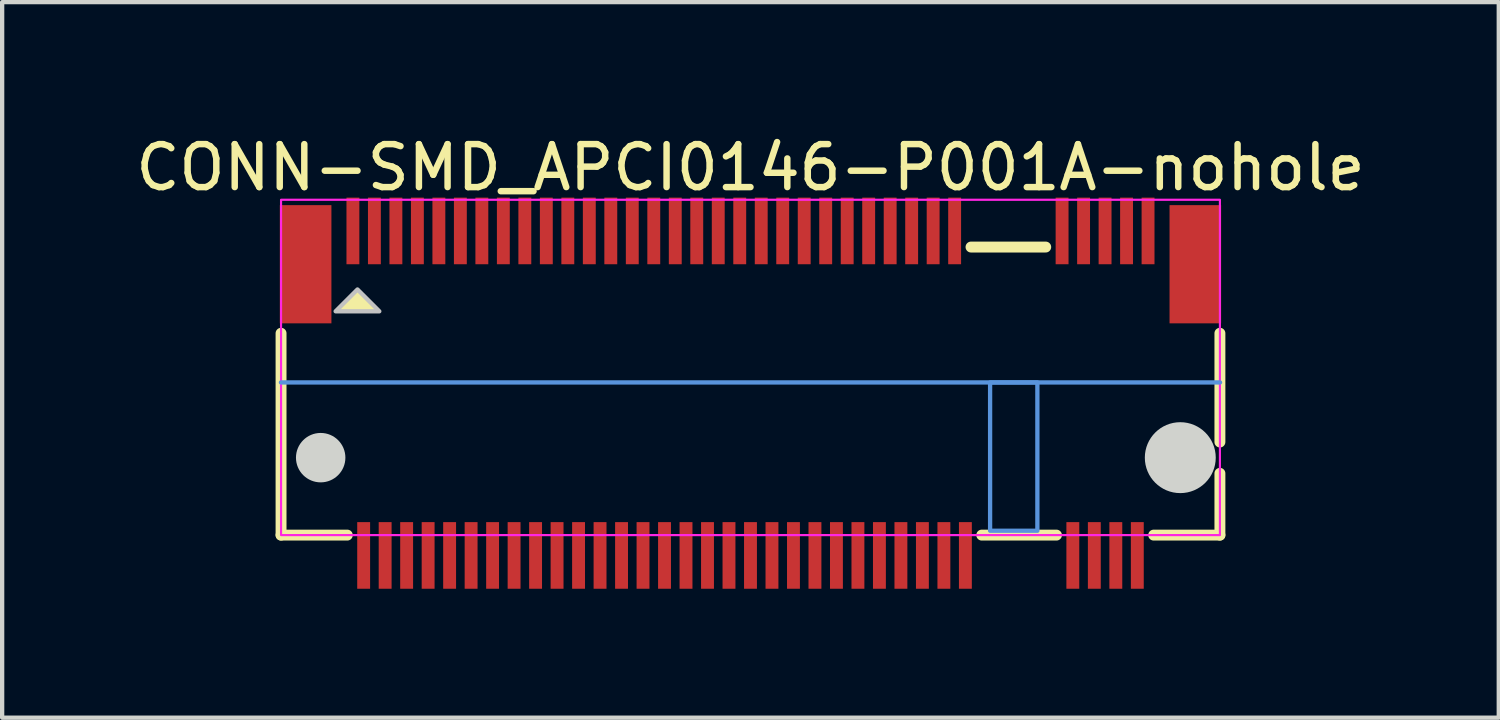
<source format=kicad_pcb>
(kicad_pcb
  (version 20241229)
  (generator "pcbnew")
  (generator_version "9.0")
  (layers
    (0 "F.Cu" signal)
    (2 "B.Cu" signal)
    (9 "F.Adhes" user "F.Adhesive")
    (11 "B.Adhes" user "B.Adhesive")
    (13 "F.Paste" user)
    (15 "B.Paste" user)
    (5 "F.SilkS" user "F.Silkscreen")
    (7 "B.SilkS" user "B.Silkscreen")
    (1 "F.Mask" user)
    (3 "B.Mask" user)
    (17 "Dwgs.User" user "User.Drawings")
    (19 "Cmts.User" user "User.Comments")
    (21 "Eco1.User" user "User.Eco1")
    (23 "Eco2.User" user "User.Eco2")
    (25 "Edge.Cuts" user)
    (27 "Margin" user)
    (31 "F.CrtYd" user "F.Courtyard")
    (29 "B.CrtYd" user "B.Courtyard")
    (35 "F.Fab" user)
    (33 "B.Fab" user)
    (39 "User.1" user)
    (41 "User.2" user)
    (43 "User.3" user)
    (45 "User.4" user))
  (footprint "CONN-SMD_APCI0146-P001A-nohole"
    (layer "F.Cu")
    (at 14.411 6.098)
    (property "Reference" "CONN-SMD_APCI0146-P001A-nohole" (at 0 -5.25 0) (layer "F.SilkS") (effects (font (size 1 1) (thickness 0.15))))
    (private_layers "User.1")
    (fp_line (start -10.922 3.302) (end -10.922 -1.394) (stroke (width 0.254) (type default)) (layer "F.SilkS"))
    (fp_line (start -9.381 3.302) (end -10.922 3.302) (stroke (width 0.254) (type default)) (layer "F.SilkS"))
    (fp_line (start 5.131 -3.4) (end 6.869 -3.4) (stroke (width 0.254) (type default)) (layer "F.SilkS"))
    (fp_line (start 7.119 3.302) (end 5.381 3.302) (stroke (width 0.254) (type default)) (layer "F.SilkS"))
    (fp_line (start 10.922 -1.394) (end 10.922 1.136) (stroke (width 0.254) (type default)) (layer "F.SilkS"))
    (fp_line (start 10.922 1.865) (end 10.922 3.302) (stroke (width 0.254) (type default)) (layer "F.SilkS"))
    (fp_line (start 10.922 3.302) (end 9.381 3.302) (stroke (width 0.254) (type default)) (layer "F.SilkS"))
    (fp_poly (pts (xy -9.144 -2.413) (xy -9.652 -1.905) (xy -8.636 -1.905)) (stroke (width 0) (type default)) (fill yes) (layer "F.SilkS"))
    (fp_poly (pts (xy -9.144 -2.413) (xy -9.652 -1.905) (xy -8.636 -1.905)) (stroke (width 0.1) (type default)) (fill no) (layer "Dwgs.User"))
    (fp_line (start -10.925 -0.25) (end 10.925 -0.25) (stroke (width 0.1) (type solid)) (layer "Cmts.User"))
    (fp_rect (start 5.575 -0.25) (end 6.675 3.2) (stroke (width 0.1) (type solid)) (fill no) (layer "Cmts.User"))
    (fp_circle (center -10 1.5) (end -9.45 1.5) (stroke (width 0.05) (type solid)) (fill yes) (layer "Edge.Cuts"))
    (fp_circle (center 10 1.5) (end 10.8 1.5) (stroke (width 0.05) (type solid)) (fill yes) (layer "Edge.Cuts"))
    (fp_rect (start -10.922 -4.5) (end 10.922 3.302) (stroke (width 0.05) (type solid)) (fill no) (layer "F.CrtYd"))
    (fp_poly (pts (xy -10.425 -3.9) (xy -10.275 -3.9) (xy -10.275 -2.1) (xy -10.425 -2.1)) (stroke (width 0.1) (type default)) (fill no) (layer "User.1"))
    (fp_poly (pts (xy -9.33 -3.9) (xy -9.17 -3.9) (xy -9.17 -3.1) (xy -9.33 -3.1)) (stroke (width 0.1) (type default)) (fill no) (layer "User.1"))
    (fp_poly (pts (xy -9.08 3.68) (xy -9.08 3.19) (xy -8.92 3.19) (xy -8.92 3.68)) (stroke (width 0.1) (type default)) (fill no) (layer "User.1"))
    (fp_poly (pts (xy -9.08 4.17) (xy -9.08 3.67) (xy -8.92 3.67) (xy -8.92 4.17)) (stroke (width 0.1) (type default)) (fill no) (layer "User.1"))
    (fp_poly (pts (xy -8.83 -3.9) (xy -8.67 -3.9) (xy -8.67 -3.1) (xy -8.83 -3.1)) (stroke (width 0.1) (type default)) (fill no) (layer "User.1"))
    (fp_poly (pts (xy -8.58 3.68) (xy -8.58 3.19) (xy -8.42 3.19) (xy -8.42 3.68)) (stroke (width 0.1) (type default)) (fill no) (layer "User.1"))
    (fp_poly (pts (xy -8.58 4.17) (xy -8.58 3.67) (xy -8.42 3.67) (xy -8.42 4.17)) (stroke (width 0.1) (type default)) (fill no) (layer "User.1"))
    (fp_poly (pts (xy -8.33 -3.9) (xy -8.17 -3.9) (xy -8.17 -3.1) (xy -8.33 -3.1)) (stroke (width 0.1) (type default)) (fill no) (layer "User.1"))
    (fp_poly (pts (xy -8.08 3.68) (xy -8.08 3.19) (xy -7.92 3.19) (xy -7.92 3.68)) (stroke (width 0.1) (type default)) (fill no) (layer "User.1"))
    (fp_poly (pts (xy -8.08 4.17) (xy -8.08 3.67) (xy -7.92 3.67) (xy -7.92 4.17)) (stroke (width 0.1) (type default)) (fill no) (layer "User.1"))
    (fp_poly (pts (xy -7.83 -3.9) (xy -7.67 -3.9) (xy -7.67 -3.1) (xy -7.83 -3.1)) (stroke (width 0.1) (type default)) (fill no) (layer "User.1"))
    (fp_poly (pts (xy -7.58 3.68) (xy -7.58 3.19) (xy -7.42 3.19) (xy -7.42 3.68)) (stroke (width 0.1) (type default)) (fill no) (layer "User.1"))
    (fp_poly (pts (xy -7.58 4.17) (xy -7.58 3.67) (xy -7.42 3.67) (xy -7.42 4.17)) (stroke (width 0.1) (type default)) (fill no) (layer "User.1"))
    (fp_poly (pts (xy -7.33 -3.9) (xy -7.17 -3.9) (xy -7.17 -3.1) (xy -7.33 -3.1)) (stroke (width 0.1) (type default)) (fill no) (layer "User.1"))
    (fp_poly (pts (xy -7.08 3.68) (xy -7.08 3.19) (xy -6.92 3.19) (xy -6.92 3.68)) (stroke (width 0.1) (type default)) (fill no) (layer "User.1"))
    (fp_poly (pts (xy -7.08 4.17) (xy -7.08 3.67) (xy -6.92 3.67) (xy -6.92 4.17)) (stroke (width 0.1) (type default)) (fill no) (layer "User.1"))
    (fp_poly (pts (xy -6.83 -3.9) (xy -6.67 -3.9) (xy -6.67 -3.1) (xy -6.83 -3.1)) (stroke (width 0.1) (type default)) (fill no) (layer "User.1"))
    (fp_poly (pts (xy -6.58 3.68) (xy -6.58 3.19) (xy -6.42 3.19) (xy -6.42 3.68)) (stroke (width 0.1) (type default)) (fill no) (layer "User.1"))
    (fp_poly (pts (xy -6.58 4.17) (xy -6.58 3.67) (xy -6.42 3.67) (xy -6.42 4.17)) (stroke (width 0.1) (type default)) (fill no) (layer "User.1"))
    (fp_poly (pts (xy -6.33 -3.9) (xy -6.17 -3.9) (xy -6.17 -3.1) (xy -6.33 -3.1)) (stroke (width 0.1) (type default)) (fill no) (layer "User.1"))
    (fp_poly (pts (xy -6.08 3.68) (xy -6.08 3.19) (xy -5.92 3.19) (xy -5.92 3.68)) (stroke (width 0.1) (type default)) (fill no) (layer "User.1"))
    (fp_poly (pts (xy -6.08 4.17) (xy -6.08 3.67) (xy -5.92 3.67) (xy -5.92 4.17)) (stroke (width 0.1) (type default)) (fill no) (layer "User.1"))
    (fp_poly (pts (xy -5.83 -3.9) (xy -5.67 -3.9) (xy -5.67 -3.1) (xy -5.83 -3.1)) (stroke (width 0.1) (type default)) (fill no) (layer "User.1"))
    (fp_poly (pts (xy -5.58 3.68) (xy -5.58 3.19) (xy -5.42 3.19) (xy -5.42 3.68)) (stroke (width 0.1) (type default)) (fill no) (layer "User.1"))
    (fp_poly (pts (xy -5.58 4.17) (xy -5.58 3.67) (xy -5.42 3.67) (xy -5.42 4.17)) (stroke (width 0.1) (type default)) (fill no) (layer "User.1"))
    (fp_poly (pts (xy -5.33 -3.9) (xy -5.17 -3.9) (xy -5.17 -3.1) (xy -5.33 -3.1)) (stroke (width 0.1) (type default)) (fill no) (layer "User.1"))
    (fp_poly (pts (xy -5.08 3.68) (xy -5.08 3.19) (xy -4.92 3.19) (xy -4.92 3.68)) (stroke (width 0.1) (type default)) (fill no) (layer "User.1"))
    (fp_poly (pts (xy -5.08 4.17) (xy -5.08 3.67) (xy -4.92 3.67) (xy -4.92 4.17)) (stroke (width 0.1) (type default)) (fill no) (layer "User.1"))
    (fp_poly (pts (xy -4.83 -3.9) (xy -4.67 -3.9) (xy -4.67 -3.1) (xy -4.83 -3.1)) (stroke (width 0.1) (type default)) (fill no) (layer "User.1"))
    (fp_poly (pts (xy -4.58 3.68) (xy -4.58 3.19) (xy -4.42 3.19) (xy -4.42 3.68)) (stroke (width 0.1) (type default)) (fill no) (layer "User.1"))
    (fp_poly (pts (xy -4.58 4.17) (xy -4.58 3.67) (xy -4.42 3.67) (xy -4.42 4.17)) (stroke (width 0.1) (type default)) (fill no) (layer "User.1"))
    (fp_poly (pts (xy -4.33 -3.9) (xy -4.17 -3.9) (xy -4.17 -3.1) (xy -4.33 -3.1)) (stroke (width 0.1) (type default)) (fill no) (layer "User.1"))
    (fp_poly (pts (xy -4.08 3.68) (xy -4.08 3.19) (xy -3.92 3.19) (xy -3.92 3.68)) (stroke (width 0.1) (type default)) (fill no) (layer "User.1"))
    (fp_poly (pts (xy -4.08 4.17) (xy -4.08 3.67) (xy -3.92 3.67) (xy -3.92 4.17)) (stroke (width 0.1) (type default)) (fill no) (layer "User.1"))
    (fp_poly (pts (xy -3.83 -3.9) (xy -3.67 -3.9) (xy -3.67 -3.1) (xy -3.83 -3.1)) (stroke (width 0.1) (type default)) (fill no) (layer "User.1"))
    (fp_poly (pts (xy -3.58 3.68) (xy -3.58 3.19) (xy -3.42 3.19) (xy -3.42 3.68)) (stroke (width 0.1) (type default)) (fill no) (layer "User.1"))
    (fp_poly (pts (xy -3.58 4.17) (xy -3.58 3.67) (xy -3.42 3.67) (xy -3.42 4.17)) (stroke (width 0.1) (type default)) (fill no) (layer "User.1"))
    (fp_poly (pts (xy -3.33 -3.9) (xy -3.17 -3.9) (xy -3.17 -3.1) (xy -3.33 -3.1)) (stroke (width 0.1) (type default)) (fill no) (layer "User.1"))
    (fp_poly (pts (xy -3.08 3.68) (xy -3.08 3.19) (xy -2.92 3.19) (xy -2.92 3.68)) (stroke (width 0.1) (type default)) (fill no) (layer "User.1"))
    (fp_poly (pts (xy -3.08 4.17) (xy -3.08 3.67) (xy -2.92 3.67) (xy -2.92 4.17)) (stroke (width 0.1) (type default)) (fill no) (layer "User.1"))
    (fp_poly (pts (xy -2.83 -3.9) (xy -2.67 -3.9) (xy -2.67 -3.1) (xy -2.83 -3.1)) (stroke (width 0.1) (type default)) (fill no) (layer "User.1"))
    (fp_poly (pts (xy -2.58 3.68) (xy -2.58 3.19) (xy -2.42 3.19) (xy -2.42 3.68)) (stroke (width 0.1) (type default)) (fill no) (layer "User.1"))
    (fp_poly (pts (xy -2.58 4.17) (xy -2.58 3.67) (xy -2.42 3.67) (xy -2.42 4.17)) (stroke (width 0.1) (type default)) (fill no) (layer "User.1"))
    (fp_poly (pts (xy -2.33 -3.9) (xy -2.17 -3.9) (xy -2.17 -3.1) (xy -2.33 -3.1)) (stroke (width 0.1) (type default)) (fill no) (layer "User.1"))
    (fp_poly (pts (xy -2.08 3.68) (xy -2.08 3.19) (xy -1.92 3.19) (xy -1.92 3.68)) (stroke (width 0.1) (type default)) (fill no) (layer "User.1"))
    (fp_poly (pts (xy -2.08 4.17) (xy -2.08 3.67) (xy -1.92 3.67) (xy -1.92 4.17)) (stroke (width 0.1) (type default)) (fill no) (layer "User.1"))
    (fp_poly (pts (xy -1.83 -3.9) (xy -1.67 -3.9) (xy -1.67 -3.1) (xy -1.83 -3.1)) (stroke (width 0.1) (type default)) (fill no) (layer "User.1"))
    (fp_poly (pts (xy -1.58 3.68) (xy -1.58 3.19) (xy -1.42 3.19) (xy -1.42 3.68)) (stroke (width 0.1) (type default)) (fill no) (layer "User.1"))
    (fp_poly (pts (xy -1.58 4.17) (xy -1.58 3.67) (xy -1.42 3.67) (xy -1.42 4.17)) (stroke (width 0.1) (type default)) (fill no) (layer "User.1"))
    (fp_poly (pts (xy -1.33 -3.9) (xy -1.17 -3.9) (xy -1.17 -3.1) (xy -1.33 -3.1)) (stroke (width 0.1) (type default)) (fill no) (layer "User.1"))
    (fp_poly (pts (xy -1.08 3.68) (xy -1.08 3.19) (xy -0.92 3.19) (xy -0.92 3.68)) (stroke (width 0.1) (type default)) (fill no) (layer "User.1"))
    (fp_poly (pts (xy -1.08 4.17) (xy -1.08 3.67) (xy -0.92 3.67) (xy -0.92 4.17)) (stroke (width 0.1) (type default)) (fill no) (layer "User.1"))
    (fp_poly (pts (xy -0.83 -3.9) (xy -0.67 -3.9) (xy -0.67 -3.1) (xy -0.83 -3.1)) (stroke (width 0.1) (type default)) (fill no) (layer "User.1"))
    (fp_poly (pts (xy -0.58 3.68) (xy -0.58 3.19) (xy -0.42 3.19) (xy -0.42 3.68)) (stroke (width 0.1) (type default)) (fill no) (layer "User.1"))
    (fp_poly (pts (xy -0.58 4.17) (xy -0.58 3.67) (xy -0.42 3.67) (xy -0.42 4.17)) (stroke (width 0.1) (type default)) (fill no) (layer "User.1"))
    (fp_poly (pts (xy -0.33 -3.9) (xy -0.17 -3.9) (xy -0.17 -3.1) (xy -0.33 -3.1)) (stroke (width 0.1) (type default)) (fill no) (layer "User.1"))
    (fp_poly (pts (xy -0.08 3.68) (xy -0.08 3.19) (xy 0.08 3.19) (xy 0.08 3.68)) (stroke (width 0.1) (type default)) (fill no) (layer "User.1"))
    (fp_poly (pts (xy -0.08 4.17) (xy -0.08 3.67) (xy 0.08 3.67) (xy 0.08 4.17)) (stroke (width 0.1) (type default)) (fill no) (layer "User.1"))
    (fp_poly (pts (xy 0.17 -3.9) (xy 0.33 -3.9) (xy 0.33 -3.1) (xy 0.17 -3.1)) (stroke (width 0.1) (type default)) (fill no) (layer "User.1"))
    (fp_poly (pts (xy 0.42 3.68) (xy 0.42 3.19) (xy 0.58 3.19) (xy 0.58 3.68)) (stroke (width 0.1) (type default)) (fill no) (layer "User.1"))
    (fp_poly (pts (xy 0.42 4.17) (xy 0.42 3.67) (xy 0.58 3.67) (xy 0.58 4.17)) (stroke (width 0.1) (type default)) (fill no) (layer "User.1"))
    (fp_poly (pts (xy 0.67 -3.9) (xy 0.83 -3.9) (xy 0.83 -3.1) (xy 0.67 -3.1)) (stroke (width 0.1) (type default)) (fill no) (layer "User.1"))
    (fp_poly (pts (xy 0.92 3.68) (xy 0.92 3.19) (xy 1.08 3.19) (xy 1.08 3.68)) (stroke (width 0.1) (type default)) (fill no) (layer "User.1"))
    (fp_poly (pts (xy 0.92 4.17) (xy 0.92 3.67) (xy 1.08 3.67) (xy 1.08 4.17)) (stroke (width 0.1) (type default)) (fill no) (layer "User.1"))
    (fp_poly (pts (xy 1.17 -3.9) (xy 1.33 -3.9) (xy 1.33 -3.1) (xy 1.17 -3.1)) (stroke (width 0.1) (type default)) (fill no) (layer "User.1"))
    (fp_poly (pts (xy 1.42 3.68) (xy 1.42 3.19) (xy 1.58 3.19) (xy 1.58 3.68)) (stroke (width 0.1) (type default)) (fill no) (layer "User.1"))
    (fp_poly (pts (xy 1.42 4.17) (xy 1.42 3.67) (xy 1.58 3.67) (xy 1.58 4.17)) (stroke (width 0.1) (type default)) (fill no) (layer "User.1"))
    (fp_poly (pts (xy 1.67 -3.9) (xy 1.83 -3.9) (xy 1.83 -3.1) (xy 1.67 -3.1)) (stroke (width 0.1) (type default)) (fill no) (layer "User.1"))
    (fp_poly (pts (xy 1.92 3.68) (xy 1.92 3.19) (xy 2.08 3.19) (xy 2.08 3.68)) (stroke (width 0.1) (type default)) (fill no) (layer "User.1"))
    (fp_poly (pts (xy 1.92 4.17) (xy 1.92 3.67) (xy 2.08 3.67) (xy 2.08 4.17)) (stroke (width 0.1) (type default)) (fill no) (layer "User.1"))
    (fp_poly (pts (xy 2.17 -3.9) (xy 2.33 -3.9) (xy 2.33 -3.1) (xy 2.17 -3.1)) (stroke (width 0.1) (type default)) (fill no) (layer "User.1"))
    (fp_poly (pts (xy 2.42 3.68) (xy 2.42 3.19) (xy 2.58 3.19) (xy 2.58 3.68)) (stroke (width 0.1) (type default)) (fill no) (layer "User.1"))
    (fp_poly (pts (xy 2.42 4.17) (xy 2.42 3.67) (xy 2.58 3.67) (xy 2.58 4.17)) (stroke (width 0.1) (type default)) (fill no) (layer "User.1"))
    (fp_poly (pts (xy 2.67 -3.9) (xy 2.83 -3.9) (xy 2.83 -3.1) (xy 2.67 -3.1)) (stroke (width 0.1) (type default)) (fill no) (layer "User.1"))
    (fp_poly (pts (xy 2.92 3.68) (xy 2.92 3.19) (xy 3.08 3.19) (xy 3.08 3.68)) (stroke (width 0.1) (type default)) (fill no) (layer "User.1"))
    (fp_poly (pts (xy 2.92 4.17) (xy 2.92 3.67) (xy 3.08 3.67) (xy 3.08 4.17)) (stroke (width 0.1) (type default)) (fill no) (layer "User.1"))
    (fp_poly (pts (xy 3.17 -3.9) (xy 3.33 -3.9) (xy 3.33 -3.1) (xy 3.17 -3.1)) (stroke (width 0.1) (type default)) (fill no) (layer "User.1"))
    (fp_poly (pts (xy 3.42 3.68) (xy 3.42 3.19) (xy 3.58 3.19) (xy 3.58 3.68)) (stroke (width 0.1) (type default)) (fill no) (layer "User.1"))
    (fp_poly (pts (xy 3.42 4.17) (xy 3.42 3.67) (xy 3.58 3.67) (xy 3.58 4.17)) (stroke (width 0.1) (type default)) (fill no) (layer "User.1"))
    (fp_poly (pts (xy 3.67 -3.9) (xy 3.83 -3.9) (xy 3.83 -3.1) (xy 3.67 -3.1)) (stroke (width 0.1) (type default)) (fill no) (layer "User.1"))
    (fp_poly (pts (xy 3.92 3.68) (xy 3.92 3.19) (xy 4.08 3.19) (xy 4.08 3.68)) (stroke (width 0.1) (type default)) (fill no) (layer "User.1"))
    (fp_poly (pts (xy 3.92 4.17) (xy 3.92 3.67) (xy 4.08 3.67) (xy 4.08 4.17)) (stroke (width 0.1) (type default)) (fill no) (layer "User.1"))
    (fp_poly (pts (xy 4.17 -3.9) (xy 4.33 -3.9) (xy 4.33 -3.1) (xy 4.17 -3.1)) (stroke (width 0.1) (type default)) (fill no) (layer "User.1"))
    (fp_poly (pts (xy 4.42 3.68) (xy 4.42 3.19) (xy 4.58 3.19) (xy 4.58 3.68)) (stroke (width 0.1) (type default)) (fill no) (layer "User.1"))
    (fp_poly (pts (xy 4.42 4.17) (xy 4.42 3.67) (xy 4.58 3.67) (xy 4.58 4.17)) (stroke (width 0.1) (type default)) (fill no) (layer "User.1"))
    (fp_poly (pts (xy 4.67 -3.9) (xy 4.83 -3.9) (xy 4.83 -3.1) (xy 4.67 -3.1)) (stroke (width 0.1) (type default)) (fill no) (layer "User.1"))
    (fp_poly (pts (xy 4.92 3.68) (xy 4.92 3.19) (xy 5.08 3.19) (xy 5.08 3.68)) (stroke (width 0.1) (type default)) (fill no) (layer "User.1"))
    (fp_poly (pts (xy 4.92 4.17) (xy 4.92 3.67) (xy 5.08 3.67) (xy 5.08 4.17)) (stroke (width 0.1) (type default)) (fill no) (layer "User.1"))
    (fp_poly (pts (xy 7.17 -3.9) (xy 7.33 -3.9) (xy 7.33 -3.1) (xy 7.17 -3.1)) (stroke (width 0.1) (type default)) (fill no) (layer "User.1"))
    (fp_poly (pts (xy 7.42 3.68) (xy 7.42 3.19) (xy 7.58 3.19) (xy 7.58 3.68)) (stroke (width 0.1) (type default)) (fill no) (layer "User.1"))
    (fp_poly (pts (xy 7.42 4.17) (xy 7.42 3.67) (xy 7.58 3.67) (xy 7.58 4.17)) (stroke (width 0.1) (type default)) (fill no) (layer "User.1"))
    (fp_poly (pts (xy 7.67 -3.9) (xy 7.83 -3.9) (xy 7.83 -3.1) (xy 7.67 -3.1)) (stroke (width 0.1) (type default)) (fill no) (layer "User.1"))
    (fp_poly (pts (xy 7.92 3.68) (xy 7.92 3.19) (xy 8.08 3.19) (xy 8.08 3.68)) (stroke (width 0.1) (type default)) (fill no) (layer "User.1"))
    (fp_poly (pts (xy 7.92 4.17) (xy 7.92 3.67) (xy 8.08 3.67) (xy 8.08 4.17)) (stroke (width 0.1) (type default)) (fill no) (layer "User.1"))
    (fp_poly (pts (xy 8.17 -3.9) (xy 8.33 -3.9) (xy 8.33 -3.1) (xy 8.17 -3.1)) (stroke (width 0.1) (type default)) (fill no) (layer "User.1"))
    (fp_poly (pts (xy 8.42 3.68) (xy 8.42 3.19) (xy 8.58 3.19) (xy 8.58 3.68)) (stroke (width 0.1) (type default)) (fill no) (layer "User.1"))
    (fp_poly (pts (xy 8.42 4.17) (xy 8.42 3.67) (xy 8.58 3.67) (xy 8.58 4.17)) (stroke (width 0.1) (type default)) (fill no) (layer "User.1"))
    (fp_poly (pts (xy 8.67 -3.9) (xy 8.83 -3.9) (xy 8.83 -3.1) (xy 8.67 -3.1)) (stroke (width 0.1) (type default)) (fill no) (layer "User.1"))
    (fp_poly (pts (xy 8.92 3.68) (xy 8.92 3.19) (xy 9.08 3.19) (xy 9.08 3.68)) (stroke (width 0.1) (type default)) (fill no) (layer "User.1"))
    (fp_poly (pts (xy 8.92 4.17) (xy 8.92 3.67) (xy 9.08 3.67) (xy 9.08 4.17)) (stroke (width 0.1) (type default)) (fill no) (layer "User.1"))
    (fp_poly (pts (xy 9.17 -3.9) (xy 9.33 -3.9) (xy 9.33 -3.1) (xy 9.17 -3.1)) (stroke (width 0.1) (type default)) (fill no) (layer "User.1"))
    (fp_poly (pts (xy 10.275 -3.9) (xy 10.425 -3.9) (xy 10.425 -2.1) (xy 10.275 -2.1)) (stroke (width 0.1) (type default)) (fill no) (layer "User.1"))
    (fp_line (start -10.925 -3.4) (end 10.925 -3.4) (stroke (width 0.051) (type default)) (layer "User.2"))
    (fp_line (start -10.925 3.2) (end -10.925 -3.4) (stroke (width 0.051) (type default)) (layer "User.2"))
    (fp_line (start 10.925 -3.4) (end 10.925 3.2) (stroke (width 0.051) (type default)) (layer "User.2"))
    (fp_line (start 10.925 3.2) (end -10.925 3.2) (stroke (width 0.051) (type default)) (layer "User.2"))
    (fp_poly (pts (xy -10.87 -3.923) (xy -10.902 -3.955) (xy -10.948 -3.955) (xy -10.98 -3.923) (xy -10.98 -3.877) (xy -10.948 -3.845) (xy -10.902 -3.845) (xy -10.87 -3.877)) (stroke (width 0.1) (type default)) (fill no) (layer "User.3"))
    (pad "1" smd rect (at -9.25 -3.775) (size 0.3 1.55) (layers "F.Cu" "F.Mask" "F.Paste"))
    (pad "2" smd rect (at -9 3.775) (size 0.3 1.55) (layers "F.Cu" "F.Mask" "F.Paste"))
    (pad "3" smd rect (at -8.75 -3.775) (size 0.3 1.55) (layers "F.Cu" "F.Mask" "F.Paste"))
    (pad "4" smd rect (at -8.5 3.775) (size 0.3 1.55) (layers "F.Cu" "F.Mask" "F.Paste"))
    (pad "5" smd rect (at -8.25 -3.775) (size 0.3 1.55) (layers "F.Cu" "F.Mask" "F.Paste"))
    (pad "6" smd rect (at -8 3.775) (size 0.3 1.55) (layers "F.Cu" "F.Mask" "F.Paste"))
    (pad "7" smd rect (at -7.75 -3.775) (size 0.3 1.55) (layers "F.Cu" "F.Mask" "F.Paste"))
    (pad "8" smd rect (at -7.5 3.775) (size 0.3 1.55) (layers "F.Cu" "F.Mask" "F.Paste"))
    (pad "9" smd rect (at -7.25 -3.775) (size 0.3 1.55) (layers "F.Cu" "F.Mask" "F.Paste"))
    (pad "10" smd rect (at -7 3.775) (size 0.3 1.55) (layers "F.Cu" "F.Mask" "F.Paste"))
    (pad "11" smd rect (at -6.75 -3.775) (size 0.3 1.55) (layers "F.Cu" "F.Mask" "F.Paste"))
    (pad "12" smd rect (at -6.5 3.775) (size 0.3 1.55) (layers "F.Cu" "F.Mask" "F.Paste"))
    (pad "13" smd rect (at -6.25 -3.775) (size 0.3 1.55) (layers "F.Cu" "F.Mask" "F.Paste"))
    (pad "14" smd rect (at -6 3.775) (size 0.3 1.55) (layers "F.Cu" "F.Mask" "F.Paste"))
    (pad "15" smd rect (at -5.75 -3.775) (size 0.3 1.55) (layers "F.Cu" "F.Mask" "F.Paste"))
    (pad "16" smd rect (at -5.5 3.775) (size 0.3 1.55) (layers "F.Cu" "F.Mask" "F.Paste"))
    (pad "17" smd rect (at -5.25 -3.775) (size 0.3 1.55) (layers "F.Cu" "F.Mask" "F.Paste"))
    (pad "18" smd rect (at -5 3.775) (size 0.3 1.55) (layers "F.Cu" "F.Mask" "F.Paste"))
    (pad "19" smd rect (at -4.75 -3.775) (size 0.3 1.55) (layers "F.Cu" "F.Mask" "F.Paste"))
    (pad "20" smd rect (at -4.5 3.775) (size 0.3 1.55) (layers "F.Cu" "F.Mask" "F.Paste"))
    (pad "21" smd rect (at -4.25 -3.775) (size 0.3 1.55) (layers "F.Cu" "F.Mask" "F.Paste"))
    (pad "22" smd rect (at -4 3.775) (size 0.3 1.55) (layers "F.Cu" "F.Mask" "F.Paste"))
    (pad "23" smd rect (at -3.75 -3.775) (size 0.3 1.55) (layers "F.Cu" "F.Mask" "F.Paste"))
    (pad "24" smd rect (at -3.5 3.775) (size 0.3 1.55) (layers "F.Cu" "F.Mask" "F.Paste"))
    (pad "25" smd rect (at -3.25 -3.775) (size 0.3 1.55) (layers "F.Cu" "F.Mask" "F.Paste"))
    (pad "26" smd rect (at -3 3.775) (size 0.3 1.55) (layers "F.Cu" "F.Mask" "F.Paste"))
    (pad "27" smd rect (at -2.75 -3.775) (size 0.3 1.55) (layers "F.Cu" "F.Mask" "F.Paste"))
    (pad "28" smd rect (at -2.5 3.775) (size 0.3 1.55) (layers "F.Cu" "F.Mask" "F.Paste"))
    (pad "29" smd rect (at -2.25 -3.775) (size 0.3 1.55) (layers "F.Cu" "F.Mask" "F.Paste"))
    (pad "30" smd rect (at -2 3.775) (size 0.3 1.55) (layers "F.Cu" "F.Mask" "F.Paste"))
    (pad "31" smd rect (at -1.75 -3.775) (size 0.3 1.55) (layers "F.Cu" "F.Mask" "F.Paste"))
    (pad "32" smd rect (at -1.5 3.775) (size 0.3 1.55) (layers "F.Cu" "F.Mask" "F.Paste"))
    (pad "33" smd rect (at -1.25 -3.775) (size 0.3 1.55) (layers "F.Cu" "F.Mask" "F.Paste"))
    (pad "34" smd rect (at -1 3.775) (size 0.3 1.55) (layers "F.Cu" "F.Mask" "F.Paste"))
    (pad "35" smd rect (at -0.75 -3.775) (size 0.3 1.55) (layers "F.Cu" "F.Mask" "F.Paste"))
    (pad "36" smd rect (at -0.5 3.775) (size 0.3 1.55) (layers "F.Cu" "F.Mask" "F.Paste"))
    (pad "37" smd rect (at -0.25 -3.775) (size 0.3 1.55) (layers "F.Cu" "F.Mask" "F.Paste"))
    (pad "38" smd rect (at 0 3.775) (size 0.3 1.55) (layers "F.Cu" "F.Mask" "F.Paste"))
    (pad "39" smd rect (at 0.25 -3.775) (size 0.3 1.55) (layers "F.Cu" "F.Mask" "F.Paste"))
    (pad "40" smd rect (at 0.5 3.775) (size 0.3 1.55) (layers "F.Cu" "F.Mask" "F.Paste"))
    (pad "41" smd rect (at 0.75 -3.775) (size 0.3 1.55) (layers "F.Cu" "F.Mask" "F.Paste"))
    (pad "42" smd rect (at 1 3.775) (size 0.3 1.55) (layers "F.Cu" "F.Mask" "F.Paste"))
    (pad "43" smd rect (at 1.25 -3.775) (size 0.3 1.55) (layers "F.Cu" "F.Mask" "F.Paste"))
    (pad "44" smd rect (at 1.5 3.775) (size 0.3 1.55) (layers "F.Cu" "F.Mask" "F.Paste"))
    (pad "45" smd rect (at 1.75 -3.775) (size 0.3 1.55) (layers "F.Cu" "F.Mask" "F.Paste"))
    (pad "46" smd rect (at 2 3.775) (size 0.3 1.55) (layers "F.Cu" "F.Mask" "F.Paste"))
    (pad "47" smd rect (at 2.25 -3.775) (size 0.3 1.55) (layers "F.Cu" "F.Mask" "F.Paste"))
    (pad "48" smd rect (at 2.5 3.775) (size 0.3 1.55) (layers "F.Cu" "F.Mask" "F.Paste"))
    (pad "49" smd rect (at 2.75 -3.775) (size 0.3 1.55) (layers "F.Cu" "F.Mask" "F.Paste"))
    (pad "50" smd rect (at 3 3.775) (size 0.3 1.55) (layers "F.Cu" "F.Mask" "F.Paste"))
    (pad "51" smd rect (at 3.25 -3.775) (size 0.3 1.55) (layers "F.Cu" "F.Mask" "F.Paste"))
    (pad "52" smd rect (at 3.5 3.775) (size 0.3 1.55) (layers "F.Cu" "F.Mask" "F.Paste"))
    (pad "53" smd rect (at 3.75 -3.775) (size 0.3 1.55) (layers "F.Cu" "F.Mask" "F.Paste"))
    (pad "54" smd rect (at 4 3.775) (size 0.3 1.55) (layers "F.Cu" "F.Mask" "F.Paste"))
    (pad "55" smd rect (at 4.25 -3.775) (size 0.3 1.55) (layers "F.Cu" "F.Mask" "F.Paste"))
    (pad "56" smd rect (at 4.5 3.775) (size 0.3 1.55) (layers "F.Cu" "F.Mask" "F.Paste"))
    (pad "57" smd rect (at 4.75 -3.775) (size 0.3 1.55) (layers "F.Cu" "F.Mask" "F.Paste"))
    (pad "58" smd rect (at 5 3.775) (size 0.3 1.55) (layers "F.Cu" "F.Mask" "F.Paste"))
    (pad "67" smd rect (at 7.25 -3.775) (size 0.3 1.55) (layers "F.Cu" "F.Mask" "F.Paste"))
    (pad "68" smd rect (at 7.5 3.775) (size 0.3 1.55) (layers "F.Cu" "F.Mask" "F.Paste"))
    (pad "69" smd rect (at 7.75 -3.775) (size 0.3 1.55) (layers "F.Cu" "F.Mask" "F.Paste"))
    (pad "70" smd rect (at 8 3.775) (size 0.3 1.55) (layers "F.Cu" "F.Mask" "F.Paste"))
    (pad "71" smd rect (at 8.25 -3.775) (size 0.3 1.55) (layers "F.Cu" "F.Mask" "F.Paste"))
    (pad "72" smd rect (at 8.5 3.775) (size 0.3 1.55) (layers "F.Cu" "F.Mask" "F.Paste"))
    (pad "73" smd rect (at 8.75 -3.775) (size 0.3 1.55) (layers "F.Cu" "F.Mask" "F.Paste"))
    (pad "74" smd rect (at 9 3.775) (size 0.3 1.55) (layers "F.Cu" "F.Mask" "F.Paste"))
    (pad "75" smd rect (at 9.25 -3.775) (size 0.3 1.55) (layers "F.Cu" "F.Mask" "F.Paste"))
    (pad "MP" smd rect (at -10.35 -3) (size 1.2 2.75) (layers "F.Cu" "F.Mask" "F.Paste"))
    (pad "MP" smd rect (at 10.35 -3) (size 1.2 2.75) (layers "F.Cu" "F.Mask" "F.Paste")))
  (gr_rect
    (start -3 -3)
    (end 31.821 13.648)
    (stroke (width 0.1) (type default))
    (fill no)
    (layer "Edge.Cuts")))
</source>
